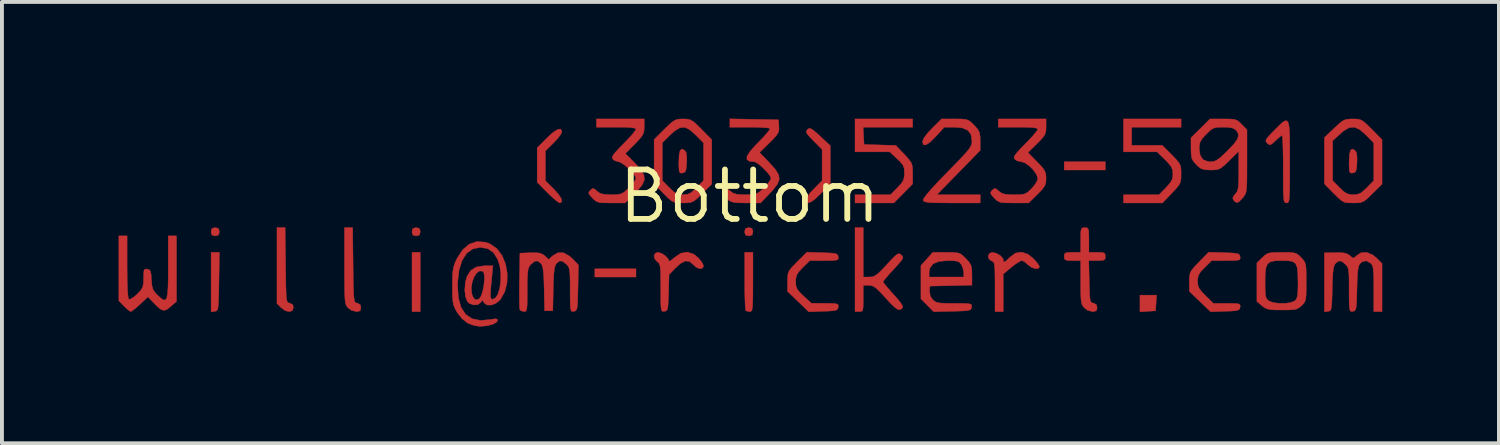
<source format=kicad_pcb>
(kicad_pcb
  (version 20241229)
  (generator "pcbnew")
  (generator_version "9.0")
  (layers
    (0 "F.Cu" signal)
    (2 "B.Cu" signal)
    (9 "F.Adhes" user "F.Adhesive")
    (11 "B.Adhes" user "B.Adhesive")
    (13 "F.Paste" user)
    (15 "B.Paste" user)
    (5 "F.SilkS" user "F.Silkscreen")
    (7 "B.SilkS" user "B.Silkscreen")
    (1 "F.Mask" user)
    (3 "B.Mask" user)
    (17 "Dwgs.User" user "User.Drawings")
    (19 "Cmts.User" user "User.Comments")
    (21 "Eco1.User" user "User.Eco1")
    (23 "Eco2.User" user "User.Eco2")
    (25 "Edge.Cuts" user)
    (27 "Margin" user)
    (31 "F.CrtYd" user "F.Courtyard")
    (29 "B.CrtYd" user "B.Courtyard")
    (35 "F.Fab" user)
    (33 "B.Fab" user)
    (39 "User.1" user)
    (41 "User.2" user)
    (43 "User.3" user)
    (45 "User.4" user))
  (footprint "Bottom"
    (layer "F.Cu")
    (at 16.219 1.997)
    (property "Reference" "Bottom" (at 0 0 0) (layer "F.SilkS") (effects (font (size 1.27 1.27) (thickness 0.15))))
    (attr through_hole)
    (fp_poly (pts (xy -8.467 2.963) (xy -8.678 2.963) (xy -8.678 1.439) (xy -8.467 1.439) (xy -8.467 2.963)) (stroke (width 0.01) (type solid)) (fill yes) (layer "F.Cu"))
    (fp_poly (pts (xy -2.921 2.074) (xy -3.979 2.074) (xy -3.979 1.863) (xy -2.921 1.863) (xy -2.921 2.074)) (stroke (width 0.01) (type solid)) (fill yes) (layer "F.Cu"))
    (fp_poly (pts (xy 9.144 -0.677) (xy 8.086 -0.677) (xy 8.086 -0.889) (xy 9.144 -0.889) (xy 9.144 -0.677)) (stroke (width 0.01) (type solid)) (fill yes) (layer "F.Cu"))
    (fp_poly (pts (xy 10.448 2.741) (xy 10.435 2.942) (xy 10.234 2.955) (xy 10.033 2.968) (xy 10.033 2.54) (xy 10.461 2.54) (xy 10.448 2.741)) (stroke (width 0.01) (type solid)) (fill yes) (layer "F.Cu"))
    (fp_poly (pts (xy -13.657 0.822) (xy -13.632 0.891) (xy -13.631 0.91) (xy -13.649 0.991) (xy -13.718 1.016) (xy -13.737 1.016) (xy -13.818 0.999) (xy -13.843 0.93) (xy -13.843 0.91) (xy -13.826 0.83) (xy -13.757 0.805) (xy -13.737 0.804) (xy -13.657 0.822)) (stroke (width 0.01) (type solid)) (fill yes) (layer "F.Cu"))
    (fp_poly (pts (xy -13.641 2.191) (xy -13.645 2.459) (xy -13.65 2.655) (xy -13.657 2.79) (xy -13.668 2.875) (xy -13.684 2.923) (xy -13.708 2.946) (xy -13.74 2.954) (xy -13.748 2.956) (xy -13.843 2.969) (xy -13.843 1.439) (xy -13.629 1.439) (xy -13.641 2.191)) (stroke (width 0.01) (type solid)) (fill yes) (layer "F.Cu"))
    (fp_poly (pts (xy -8.492 0.822) (xy -8.467 0.891) (xy -8.467 0.91) (xy -8.484 0.991) (xy -8.553 1.016) (xy -8.572 1.016) (xy -8.653 0.999) (xy -8.678 0.93) (xy -8.678 0.91) (xy -8.661 0.83) (xy -8.592 0.805) (xy -8.572 0.804) (xy -8.492 0.822)) (stroke (width 0.01) (type solid)) (fill yes) (layer "F.Cu"))
    (fp_poly (pts (xy 0.059 0.822) (xy 0.084 0.891) (xy 0.085 0.91) (xy 0.067 0.991) (xy -0.002 1.016) (xy -0.021 1.016) (xy -0.102 0.999) (xy -0.127 0.93) (xy -0.127 0.91) (xy -0.11 0.83) (xy -0.041 0.805) (xy -0.021 0.804) (xy 0.059 0.822)) (stroke (width 0.01) (type solid)) (fill yes) (layer "F.Cu"))
    (fp_poly (pts (xy -1.67 -1.183) (xy -1.668 -1.182) (xy -1.631 -1.121) (xy -1.615 -1.007) (xy -1.617 -0.872) (xy -1.628 -0.728) (xy -1.646 -0.648) (xy -1.681 -0.612) (xy -1.725 -0.6) (xy -1.775 -0.598) (xy -1.803 -0.622) (xy -1.816 -0.688) (xy -1.82 -0.815) (xy -1.82 -0.884) (xy -1.812 -1.072) (xy -1.786 -1.181) (xy -1.739 -1.217) (xy -1.67 -1.183)) (stroke (width 0.01) (type solid)) (fill yes) (layer "F.Cu"))
    (fp_poly (pts (xy 0.085 2.201) (xy 0.084 2.473) (xy 0.082 2.671) (xy 0.076 2.807) (xy 0.067 2.893) (xy 0.052 2.94) (xy 0.031 2.96) (xy 0.007 2.963) (xy -0.073 2.95) (xy -0.099 2.935) (xy -0.108 2.885) (xy -0.116 2.766) (xy -0.122 2.59) (xy -0.126 2.372) (xy -0.127 2.173) (xy -0.127 1.439) (xy 0.085 1.439) (xy 0.085 2.201)) (stroke (width 0.01) (type solid)) (fill yes) (layer "F.Cu"))
    (fp_poly (pts (xy 15.56 -1.183) (xy 15.561 -1.182) (xy 15.599 -1.121) (xy 15.614 -1.007) (xy 15.612 -0.872) (xy 15.602 -0.728) (xy 15.584 -0.648) (xy 15.549 -0.612) (xy 15.505 -0.6) (xy 15.455 -0.598) (xy 15.426 -0.622) (xy 15.413 -0.688) (xy 15.409 -0.815) (xy 15.409 -0.884) (xy 15.418 -1.072) (xy 15.444 -1.181) (xy 15.491 -1.217) (xy 15.56 -1.183)) (stroke (width 0.01) (type solid)) (fill yes) (layer "F.Cu"))
    (fp_poly (pts (xy -11.928 1.767) (xy -11.924 2.077) (xy -11.92 2.311) (xy -11.915 2.482) (xy -11.908 2.6) (xy -11.896 2.674) (xy -11.881 2.716) (xy -11.859 2.735) (xy -11.83 2.743) (xy -11.822 2.744) (xy -11.745 2.782) (xy -11.726 2.86) (xy -11.756 2.939) (xy -11.833 2.965) (xy -11.935 2.939) (xy -12.044 2.861) (xy -12.046 2.859) (xy -12.15 2.756) (xy -12.15 0.804) (xy -11.94 0.804) (xy -11.928 1.767)) (stroke (width 0.01) (type solid)) (fill yes) (layer "F.Cu"))
    (fp_poly (pts (xy -4.827 -1.682) (xy -4.826 -1.66) (xy -4.855 -1.594) (xy -4.93 -1.493) (xy -5.036 -1.378) (xy -5.038 -1.376) (xy -5.249 -1.167) (xy -5.249 -0.399) (xy -5.038 -0.191) (xy -4.915 -0.055) (xy -4.843 0.056) (xy -4.826 0.134) (xy -4.867 0.169) (xy -4.88 0.169) (xy -4.933 0.141) (xy -5.026 0.065) (xy -5.145 -0.044) (xy -5.198 -0.096) (xy -5.461 -0.362) (xy -5.461 -1.246) (xy -5.219 -1.491) (xy -5.063 -1.635) (xy -4.943 -1.716) (xy -4.863 -1.732) (xy -4.827 -1.682)) (stroke (width 0.01) (type solid)) (fill yes) (layer "F.Cu"))
    (fp_poly (pts (xy 1.57 -1.743) (xy 1.636 -1.701) (xy 1.739 -1.613) (xy 1.814 -1.544) (xy 2.074 -1.303) (xy 2.074 -0.32) (xy 1.832 -0.075) (xy 1.685 0.065) (xy 1.581 0.143) (xy 1.511 0.163) (xy 1.466 0.128) (xy 1.453 0.102) (xy 1.469 0.029) (xy 1.556 -0.089) (xy 1.645 -0.185) (xy 1.863 -0.405) (xy 1.863 -1.204) (xy 1.642 -1.427) (xy 1.53 -1.544) (xy 1.471 -1.618) (xy 1.456 -1.667) (xy 1.477 -1.706) (xy 1.488 -1.718) (xy 1.526 -1.745) (xy 1.57 -1.743)) (stroke (width 0.01) (type solid)) (fill yes) (layer "F.Cu"))
    (fp_poly (pts (xy -10.193 1.767) (xy -10.189 2.077) (xy -10.185 2.311) (xy -10.18 2.482) (xy -10.172 2.6) (xy -10.161 2.674) (xy -10.145 2.716) (xy -10.123 2.735) (xy -10.095 2.743) (xy -10.086 2.744) (xy -10.01 2.782) (xy -9.991 2.86) (xy -10.006 2.936) (xy -10.069 2.962) (xy -10.11 2.963) (xy -10.237 2.929) (xy -10.322 2.865) (xy -10.351 2.831) (xy -10.374 2.791) (xy -10.39 2.734) (xy -10.401 2.649) (xy -10.408 2.524) (xy -10.412 2.349) (xy -10.414 2.113) (xy -10.414 1.803) (xy -10.414 1.786) (xy -10.414 0.804) (xy -10.204 0.804) (xy -10.193 1.767)) (stroke (width 0.01) (type solid)) (fill yes) (layer "F.Cu"))
    (fp_poly (pts (xy 4.191 -1.778) (xy 2.917 -1.778) (xy 2.929 -1.556) (xy 2.942 -1.333) (xy 3.758 -1.309) (xy 3.975 -1.081) (xy 4.085 -0.96) (xy 4.15 -0.872) (xy 4.181 -0.788) (xy 4.19 -0.68) (xy 4.191 -0.586) (xy 4.191 -0.32) (xy 3.949 -0.075) (xy 3.707 0.169) (xy 2.709 0.169) (xy 2.709 -0.042) (xy 3.623 -0.042) (xy 3.801 -0.224) (xy 3.904 -0.337) (xy 3.958 -0.427) (xy 3.977 -0.528) (xy 3.979 -0.599) (xy 3.973 -0.715) (xy 3.943 -0.801) (xy 3.874 -0.887) (xy 3.79 -0.968) (xy 3.6 -1.143) (xy 2.709 -1.143) (xy 2.709 -1.99) (xy 4.191 -1.99) (xy 4.191 -1.778)) (stroke (width 0.01) (type solid)) (fill yes) (layer "F.Cu"))
    (fp_poly (pts (xy 11.091 -1.778) (xy 9.821 -1.778) (xy 9.821 -1.312) (xy 10.607 -1.312) (xy 10.849 -1.068) (xy 10.969 -0.944) (xy 11.041 -0.856) (xy 11.077 -0.778) (xy 11.09 -0.686) (xy 11.091 -0.578) (xy 11.089 -0.454) (xy 11.073 -0.364) (xy 11.032 -0.285) (xy 10.954 -0.19) (xy 10.852 -0.082) (xy 10.613 0.169) (xy 9.61 0.169) (xy 9.61 -0.042) (xy 10.523 -0.042) (xy 10.702 -0.224) (xy 10.807 -0.341) (xy 10.861 -0.435) (xy 10.879 -0.538) (xy 10.88 -0.575) (xy 10.871 -0.677) (xy 10.836 -0.763) (xy 10.76 -0.859) (xy 10.677 -0.944) (xy 10.475 -1.143) (xy 9.61 -1.143) (xy 9.61 -1.99) (xy 11.091 -1.99) (xy 11.091 -1.778)) (stroke (width 0.01) (type solid)) (fill yes) (layer "F.Cu"))
    (fp_poly (pts (xy 7.157 1.49) (xy 7.294 1.6) (xy 7.383 1.7) (xy 7.439 1.781) (xy 7.451 1.812) (xy 7.419 1.856) (xy 7.343 1.859) (xy 7.247 1.826) (xy 7.158 1.761) (xy 7.154 1.757) (xy 7.07 1.684) (xy 6.998 1.651) (xy 6.994 1.651) (xy 6.932 1.677) (xy 6.83 1.744) (xy 6.726 1.824) (xy 6.519 1.998) (xy 6.519 2.963) (xy 6.308 2.963) (xy 6.308 2.324) (xy 6.307 2.079) (xy 6.304 1.905) (xy 6.297 1.79) (xy 6.284 1.72) (xy 6.264 1.684) (xy 6.235 1.667) (xy 6.223 1.663) (xy 6.153 1.614) (xy 6.133 1.538) (xy 6.162 1.469) (xy 6.235 1.439) (xy 6.346 1.464) (xy 6.448 1.524) (xy 6.512 1.6) (xy 6.519 1.632) (xy 6.531 1.684) (xy 6.571 1.677) (xy 6.65 1.607) (xy 6.689 1.566) (xy 6.836 1.458) (xy 6.994 1.433) (xy 7.157 1.49)) (stroke (width 0.01) (type solid)) (fill yes) (layer "F.Cu"))
    (fp_poly (pts (xy 1.868 1.448) (xy 2.054 1.455) (xy 2.171 1.465) (xy 2.236 1.482) (xy 2.267 1.511) (xy 2.278 1.556) (xy 2.281 1.601) (xy 2.262 1.629) (xy 2.206 1.644) (xy 2.096 1.65) (xy 1.92 1.651) (xy 1.548 1.651) (xy 1.367 1.829) (xy 1.262 1.94) (xy 1.207 2.029) (xy 1.187 2.126) (xy 1.185 2.193) (xy 1.192 2.301) (xy 1.222 2.385) (xy 1.29 2.47) (xy 1.386 2.563) (xy 1.587 2.748) (xy 1.94 2.75) (xy 2.112 2.752) (xy 2.215 2.759) (xy 2.266 2.776) (xy 2.281 2.807) (xy 2.278 2.847) (xy 2.266 2.893) (xy 2.234 2.922) (xy 2.165 2.939) (xy 2.042 2.949) (xy 1.892 2.954) (xy 1.52 2.967) (xy 0.974 2.442) (xy 0.974 2.188) (xy 0.976 2.062) (xy 0.99 1.972) (xy 1.028 1.895) (xy 1.103 1.807) (xy 1.223 1.685) (xy 1.471 1.436) (xy 1.868 1.448)) (stroke (width 0.01) (type solid)) (fill yes) (layer "F.Cu"))
    (fp_poly (pts (xy 12.196 1.448) (xy 12.382 1.455) (xy 12.499 1.465) (xy 12.565 1.482) (xy 12.596 1.511) (xy 12.608 1.555) (xy 12.608 1.556) (xy 12.61 1.601) (xy 12.591 1.629) (xy 12.535 1.644) (xy 12.426 1.65) (xy 12.249 1.651) (xy 11.878 1.651) (xy 11.696 1.829) (xy 11.59 1.942) (xy 11.535 2.033) (xy 11.516 2.131) (xy 11.515 2.18) (xy 11.523 2.284) (xy 11.557 2.369) (xy 11.631 2.464) (xy 11.717 2.552) (xy 11.92 2.752) (xy 12.27 2.752) (xy 12.442 2.753) (xy 12.545 2.759) (xy 12.596 2.776) (xy 12.611 2.807) (xy 12.608 2.847) (xy 12.596 2.893) (xy 12.563 2.922) (xy 12.495 2.939) (xy 12.372 2.949) (xy 12.222 2.954) (xy 11.849 2.967) (xy 11.303 2.442) (xy 11.303 2.193) (xy 11.305 2.069) (xy 11.32 1.98) (xy 11.359 1.902) (xy 11.435 1.81) (xy 11.55 1.69) (xy 11.797 1.436) (xy 12.196 1.448)) (stroke (width 0.01) (type solid)) (fill yes) (layer "F.Cu"))
    (fp_poly (pts (xy 13.847 -1.89) (xy 13.868 -1.781) (xy 13.88 -1.609) (xy 13.884 -1.367) (xy 13.885 -1.049) (xy 13.885 -0.889) (xy 13.885 -0.563) (xy 13.884 -0.312) (xy 13.881 -0.126) (xy 13.875 0.005) (xy 13.867 0.09) (xy 13.854 0.139) (xy 13.836 0.162) (xy 13.813 0.169) (xy 13.801 0.169) (xy 13.772 0.166) (xy 13.751 0.149) (xy 13.736 0.108) (xy 13.726 0.031) (xy 13.72 -0.092) (xy 13.717 -0.272) (xy 13.716 -0.519) (xy 13.716 -0.699) (xy 13.715 -0.959) (xy 13.711 -1.189) (xy 13.705 -1.374) (xy 13.697 -1.503) (xy 13.689 -1.563) (xy 13.686 -1.566) (xy 13.641 -1.539) (xy 13.56 -1.471) (xy 13.517 -1.431) (xy 13.429 -1.35) (xy 13.375 -1.323) (xy 13.33 -1.343) (xy 13.304 -1.367) (xy 13.273 -1.406) (xy 13.271 -1.447) (xy 13.307 -1.506) (xy 13.389 -1.597) (xy 13.483 -1.693) (xy 13.6 -1.811) (xy 13.692 -1.896) (xy 13.762 -1.941) (xy 13.812 -1.941) (xy 13.847 -1.89)) (stroke (width 0.01) (type solid)) (fill yes) (layer "F.Cu"))
    (fp_poly (pts (xy -1.607 -1.986) (xy -1.527 -1.969) (xy -1.451 -1.925) (xy -1.356 -1.842) (xy -1.237 -1.724) (xy -0.974 -1.458) (xy -0.974 -0.315) (xy -1.218 -0.073) (xy -1.341 0.047) (xy -1.429 0.119) (xy -1.507 0.155) (xy -1.6 0.168) (xy -1.717 0.169) (xy -1.844 0.167) (xy -1.934 0.153) (xy -2.011 0.114) (xy -2.1 0.038) (xy -2.213 -0.075) (xy -2.455 -0.32) (xy -2.455 -1.379) (xy -2.244 -1.379) (xy -2.244 -0.405) (xy -2.066 -0.224) (xy -1.953 -0.118) (xy -1.862 -0.063) (xy -1.763 -0.044) (xy -1.714 -0.042) (xy -1.604 -0.052) (xy -1.514 -0.09) (xy -1.414 -0.174) (xy -1.363 -0.224) (xy -1.185 -0.405) (xy -1.185 -1.373) (xy -1.385 -1.575) (xy -1.538 -1.712) (xy -1.667 -1.775) (xy -1.791 -1.765) (xy -1.927 -1.682) (xy -2.041 -1.579) (xy -2.244 -1.379) (xy -2.455 -1.379) (xy -2.455 -1.463) (xy -2.19 -1.726) (xy -2.059 -1.853) (xy -1.966 -1.931) (xy -1.889 -1.972) (xy -1.807 -1.987) (xy -1.712 -1.99) (xy -1.607 -1.986)) (stroke (width 0.01) (type solid)) (fill yes) (layer "F.Cu"))
    (fp_poly (pts (xy -1.436 1.486) (xy -1.321 1.579) (xy -1.239 1.678) (xy -1.191 1.765) (xy -1.185 1.791) (xy -1.214 1.85) (xy -1.286 1.86) (xy -1.374 1.824) (xy -1.447 1.757) (xy -1.545 1.672) (xy -1.652 1.661) (xy -1.778 1.726) (xy -1.895 1.831) (xy -2.071 2.011) (xy -2.083 2.477) (xy -2.09 2.68) (xy -2.098 2.815) (xy -2.111 2.894) (xy -2.134 2.935) (xy -2.168 2.952) (xy -2.191 2.956) (xy -2.228 2.959) (xy -2.254 2.947) (xy -2.27 2.909) (xy -2.28 2.83) (xy -2.285 2.7) (xy -2.286 2.505) (xy -2.286 2.353) (xy -2.287 2.111) (xy -2.29 1.94) (xy -2.299 1.826) (xy -2.313 1.755) (xy -2.335 1.712) (xy -2.368 1.685) (xy -2.371 1.684) (xy -2.44 1.609) (xy -2.457 1.525) (xy -2.422 1.46) (xy -2.357 1.439) (xy -2.26 1.467) (xy -2.161 1.533) (xy -2.09 1.613) (xy -2.074 1.661) (xy -2.048 1.664) (xy -1.981 1.617) (xy -1.935 1.575) (xy -1.771 1.462) (xy -1.602 1.433) (xy -1.436 1.486)) (stroke (width 0.01) (type solid)) (fill yes) (layer "F.Cu"))
    (fp_poly (pts (xy 15.614 -1.987) (xy 15.696 -1.971) (xy 15.772 -1.93) (xy 15.863 -1.853) (xy 15.99 -1.727) (xy 15.993 -1.724) (xy 16.256 -1.458) (xy 16.256 -0.315) (xy 16.011 -0.073) (xy 15.888 0.047) (xy 15.8 0.119) (xy 15.722 0.155) (xy 15.629 0.168) (xy 15.513 0.169) (xy 15.385 0.167) (xy 15.295 0.153) (xy 15.219 0.114) (xy 15.13 0.038) (xy 15.016 -0.075) (xy 14.774 -0.32) (xy 14.774 -1.429) (xy 14.986 -1.429) (xy 14.986 -0.405) (xy 15.164 -0.224) (xy 15.277 -0.118) (xy 15.368 -0.063) (xy 15.466 -0.044) (xy 15.515 -0.042) (xy 15.625 -0.052) (xy 15.716 -0.09) (xy 15.816 -0.174) (xy 15.866 -0.224) (xy 16.044 -0.405) (xy 16.044 -1.373) (xy 15.845 -1.575) (xy 15.686 -1.715) (xy 15.548 -1.778) (xy 15.413 -1.767) (xy 15.267 -1.681) (xy 15.176 -1.603) (xy 14.986 -1.429) (xy 14.774 -1.429) (xy 14.774 -1.511) (xy 15.025 -1.75) (xy 15.153 -1.869) (xy 15.244 -1.94) (xy 15.324 -1.976) (xy 15.417 -1.988) (xy 15.503 -1.99) (xy 15.614 -1.987)) (stroke (width 0.01) (type solid)) (fill yes) (layer "F.Cu"))
    (fp_poly (pts (xy 5.444 -1.988) (xy 5.554 -1.978) (xy 5.631 -1.952) (xy 5.699 -1.9) (xy 5.77 -1.829) (xy 5.861 -1.728) (xy 5.907 -1.641) (xy 5.925 -1.531) (xy 5.927 -1.425) (xy 5.927 -1.182) (xy 5.37 -0.612) (xy 4.814 -0.042) (xy 5.927 -0.042) (xy 5.927 0.169) (xy 5.206 0.169) (xy 4.937 0.168) (xy 4.742 0.165) (xy 4.608 0.157) (xy 4.524 0.145) (xy 4.478 0.127) (xy 4.46 0.104) (xy 4.477 0.053) (xy 4.55 -0.047) (xy 4.681 -0.199) (xy 4.871 -0.403) (xy 5.075 -0.613) (xy 5.286 -0.829) (xy 5.445 -0.994) (xy 5.559 -1.119) (xy 5.636 -1.212) (xy 5.682 -1.283) (xy 5.706 -1.342) (xy 5.714 -1.397) (xy 5.715 -1.429) (xy 5.689 -1.591) (xy 5.608 -1.699) (xy 5.464 -1.76) (xy 5.261 -1.778) (xy 5.004 -1.778) (xy 4.791 -1.545) (xy 4.644 -1.399) (xy 4.537 -1.326) (xy 4.47 -1.325) (xy 4.445 -1.397) (xy 4.445 -1.409) (xy 4.479 -1.498) (xy 4.576 -1.627) (xy 4.69 -1.748) (xy 4.934 -1.99) (xy 5.274 -1.99) (xy 5.444 -1.988)) (stroke (width 0.01) (type solid)) (fill yes) (layer "F.Cu"))
    (fp_poly (pts (xy 2.921 2.074) (xy 3.076 2.074) (xy 3.153 2.068) (xy 3.223 2.042) (xy 3.301 1.985) (xy 3.405 1.884) (xy 3.526 1.755) (xy 3.659 1.612) (xy 3.749 1.524) (xy 3.808 1.481) (xy 3.85 1.475) (xy 3.888 1.497) (xy 3.899 1.507) (xy 3.932 1.543) (xy 3.939 1.581) (xy 3.911 1.636) (xy 3.842 1.721) (xy 3.723 1.852) (xy 3.703 1.873) (xy 3.585 2.004) (xy 3.492 2.111) (xy 3.438 2.181) (xy 3.429 2.198) (xy 3.456 2.239) (xy 3.528 2.327) (xy 3.632 2.448) (xy 3.702 2.525) (xy 3.834 2.675) (xy 3.91 2.778) (xy 3.937 2.842) (xy 3.926 2.872) (xy 3.875 2.909) (xy 3.818 2.909) (xy 3.744 2.864) (xy 3.642 2.769) (xy 3.498 2.615) (xy 3.488 2.603) (xy 3.352 2.455) (xy 3.253 2.361) (xy 3.177 2.31) (xy 3.107 2.289) (xy 3.062 2.286) (xy 2.921 2.286) (xy 2.921 2.625) (xy 2.92 2.793) (xy 2.913 2.893) (xy 2.895 2.944) (xy 2.86 2.961) (xy 2.815 2.963) (xy 2.709 2.963) (xy 2.709 0.804) (xy 2.921 0.804) (xy 2.921 2.074)) (stroke (width 0.01) (type solid)) (fill yes) (layer "F.Cu"))
    (fp_poly (pts (xy -16.002 1.818) (xy -15.999 2.149) (xy -15.992 2.397) (xy -15.979 2.561) (xy -15.962 2.641) (xy -15.956 2.648) (xy -15.903 2.637) (xy -15.815 2.578) (xy -15.744 2.515) (xy -15.65 2.416) (xy -15.601 2.334) (xy -15.582 2.232) (xy -15.579 2.105) (xy -15.576 1.967) (xy -15.564 1.894) (xy -15.534 1.868) (xy -15.483 1.87) (xy -15.43 1.887) (xy -15.399 1.931) (xy -15.383 2.022) (xy -15.376 2.142) (xy -15.363 2.295) (xy -15.335 2.396) (xy -15.277 2.48) (xy -15.22 2.539) (xy -15.133 2.619) (xy -15.066 2.662) (xy -15.017 2.662) (xy -14.983 2.612) (xy -14.962 2.505) (xy -14.95 2.333) (xy -14.945 2.09) (xy -14.944 1.822) (xy -14.944 1.016) (xy -14.732 1.016) (xy -14.732 2.701) (xy -14.882 2.832) (xy -14.978 2.907) (xy -15.056 2.933) (xy -15.136 2.905) (xy -15.239 2.819) (xy -15.321 2.735) (xy -15.466 2.584) (xy -15.669 2.774) (xy -15.778 2.871) (xy -15.864 2.939) (xy -15.907 2.963) (xy -15.956 2.935) (xy -16.037 2.865) (xy -16.078 2.824) (xy -16.214 2.684) (xy -16.214 1.016) (xy -16.002 1.016) (xy -16.002 1.818)) (stroke (width 0.01) (type solid)) (fill yes) (layer "F.Cu"))
    (fp_poly (pts (xy 8.669 0.808) (xy 8.7 0.832) (xy 8.715 0.893) (xy 8.72 1.01) (xy 8.721 1.122) (xy 8.721 1.439) (xy 8.932 1.439) (xy 9.058 1.443) (xy 9.121 1.46) (xy 9.142 1.503) (xy 9.144 1.545) (xy 9.137 1.608) (xy 9.102 1.639) (xy 9.018 1.65) (xy 8.931 1.651) (xy 8.718 1.651) (xy 8.73 2.191) (xy 8.736 2.413) (xy 8.742 2.564) (xy 8.753 2.659) (xy 8.771 2.711) (xy 8.798 2.735) (xy 8.837 2.744) (xy 8.913 2.782) (xy 8.932 2.86) (xy 8.917 2.936) (xy 8.854 2.962) (xy 8.813 2.963) (xy 8.686 2.929) (xy 8.601 2.865) (xy 8.563 2.819) (xy 8.538 2.764) (xy 8.522 2.684) (xy 8.513 2.563) (xy 8.509 2.385) (xy 8.509 2.209) (xy 8.509 1.651) (xy 8.297 1.651) (xy 8.172 1.648) (xy 8.109 1.63) (xy 8.088 1.588) (xy 8.086 1.545) (xy 8.093 1.482) (xy 8.128 1.451) (xy 8.212 1.44) (xy 8.297 1.439) (xy 8.509 1.439) (xy 8.509 1.122) (xy 8.51 0.96) (xy 8.518 0.866) (xy 8.539 0.82) (xy 8.578 0.805) (xy 8.615 0.804) (xy 8.669 0.808)) (stroke (width 0.01) (type solid)) (fill yes) (layer "F.Cu"))
    (fp_poly (pts (xy 5.227 1.441) (xy 5.339 1.45) (xy 5.416 1.476) (xy 5.483 1.525) (xy 5.558 1.6) (xy 5.646 1.696) (xy 5.693 1.779) (xy 5.712 1.881) (xy 5.715 2.022) (xy 5.715 2.283) (xy 4.636 2.307) (xy 4.622 2.428) (xy 4.646 2.569) (xy 4.703 2.65) (xy 4.751 2.695) (xy 4.805 2.724) (xy 4.885 2.741) (xy 5.007 2.749) (xy 5.19 2.752) (xy 5.26 2.752) (xy 5.462 2.752) (xy 5.593 2.756) (xy 5.669 2.767) (xy 5.703 2.786) (xy 5.71 2.819) (xy 5.707 2.847) (xy 5.697 2.888) (xy 5.671 2.916) (xy 5.614 2.933) (xy 5.511 2.944) (xy 5.347 2.951) (xy 5.214 2.954) (xy 4.734 2.966) (xy 4.403 2.635) (xy 4.403 1.955) (xy 4.614 1.955) (xy 4.614 2.074) (xy 5.503 2.074) (xy 5.503 1.957) (xy 5.479 1.831) (xy 5.437 1.745) (xy 5.39 1.693) (xy 5.322 1.665) (xy 5.21 1.653) (xy 5.091 1.651) (xy 4.868 1.672) (xy 4.716 1.735) (xy 4.633 1.843) (xy 4.614 1.955) (xy 4.403 1.955) (xy 4.403 1.778) (xy 4.556 1.609) (xy 4.709 1.439) (xy 5.055 1.439) (xy 5.227 1.441)) (stroke (width 0.01) (type solid)) (fill yes) (layer "F.Cu"))
    (fp_poly (pts (xy 0.116 -1.98) (xy 0.741 -1.968) (xy 0.753 -1.799) (xy 0.755 -1.711) (xy 0.736 -1.639) (xy 0.686 -1.562) (xy 0.593 -1.46) (xy 0.511 -1.378) (xy 0.256 -1.127) (xy 0.509 -0.863) (xy 0.66 -0.695) (xy 0.745 -0.559) (xy 0.763 -0.439) (xy 0.716 -0.315) (xy 0.604 -0.169) (xy 0.523 -0.082) (xy 0.283 0.169) (xy -0.09 0.169) (xy -0.273 0.168) (xy -0.393 0.158) (xy -0.476 0.136) (xy -0.543 0.096) (xy -0.603 0.045) (xy -0.686 -0.035) (xy -0.713 -0.085) (xy -0.691 -0.129) (xy -0.668 -0.154) (xy -0.612 -0.2) (xy -0.565 -0.194) (xy -0.496 -0.135) (xy -0.425 -0.083) (xy -0.337 -0.055) (xy -0.204 -0.044) (xy -0.105 -0.042) (xy 0.052 -0.045) (xy 0.155 -0.06) (xy 0.234 -0.099) (xy 0.322 -0.175) (xy 0.369 -0.22) (xy 0.466 -0.327) (xy 0.532 -0.419) (xy 0.55 -0.466) (xy 0.52 -0.535) (xy 0.442 -0.632) (xy 0.34 -0.737) (xy 0.234 -0.827) (xy 0.147 -0.882) (xy 0.118 -0.889) (xy -0.01 -0.903) (xy -0.071 -0.949) (xy -0.066 -1.03) (xy 0.007 -1.149) (xy 0.149 -1.312) (xy 0.231 -1.395) (xy 0.359 -1.527) (xy 0.457 -1.638) (xy 0.515 -1.716) (xy 0.525 -1.743) (xy 0.476 -1.757) (xy 0.361 -1.768) (xy 0.195 -1.775) (xy -0.002 -1.778) (xy -0.508 -1.778) (xy -0.508 -1.992) (xy 0.116 -1.98)) (stroke (width 0.01) (type solid)) (fill yes) (layer "F.Cu"))
    (fp_poly (pts (xy -2.709 -1.79) (xy -2.714 -1.685) (xy -2.736 -1.604) (xy -2.787 -1.522) (xy -2.881 -1.417) (xy -2.951 -1.345) (xy -3.194 -1.101) (xy -2.951 -0.856) (xy -2.799 -0.687) (xy -2.717 -0.548) (xy -2.705 -0.422) (xy -2.763 -0.29) (xy -2.892 -0.136) (xy -2.954 -0.073) (xy -3.199 0.169) (xy -3.56 0.169) (xy -3.737 0.168) (xy -3.853 0.159) (xy -3.93 0.136) (xy -3.99 0.094) (xy -4.043 0.042) (xy -4.118 -0.042) (xy -4.138 -0.093) (xy -4.111 -0.14) (xy -4.095 -0.157) (xy -4.04 -0.201) (xy -3.991 -0.192) (xy -3.925 -0.135) (xy -3.85 -0.081) (xy -3.754 -0.053) (xy -3.61 -0.043) (xy -3.555 -0.042) (xy -3.404 -0.046) (xy -3.304 -0.064) (xy -3.221 -0.111) (xy -3.123 -0.2) (xy -3.103 -0.22) (xy -3.005 -0.327) (xy -2.939 -0.419) (xy -2.921 -0.466) (xy -2.953 -0.539) (xy -3.033 -0.639) (xy -3.14 -0.743) (xy -3.251 -0.831) (xy -3.344 -0.883) (xy -3.373 -0.889) (xy -3.471 -0.919) (xy -3.516 -0.955) (xy -3.532 -0.992) (xy -3.519 -1.041) (xy -3.467 -1.114) (xy -3.368 -1.223) (xy -3.246 -1.347) (xy -3.113 -1.485) (xy -3.007 -1.604) (xy -2.939 -1.69) (xy -2.921 -1.726) (xy -2.946 -1.75) (xy -3.028 -1.766) (xy -3.176 -1.775) (xy -3.398 -1.778) (xy -3.429 -1.778) (xy -3.937 -1.778) (xy -3.937 -1.99) (xy -2.709 -1.99) (xy -2.709 -1.79)) (stroke (width 0.01) (type solid)) (fill yes) (layer "F.Cu"))
    (fp_poly (pts (xy 13.862 1.441) (xy 13.978 1.449) (xy 14.055 1.471) (xy 14.115 1.512) (xy 14.179 1.577) (xy 14.235 1.638) (xy 14.271 1.695) (xy 14.293 1.765) (xy 14.304 1.867) (xy 14.308 2.019) (xy 14.308 2.204) (xy 14.308 2.415) (xy 14.303 2.558) (xy 14.291 2.653) (xy 14.268 2.716) (xy 14.231 2.766) (xy 14.19 2.807) (xy 14.127 2.861) (xy 14.063 2.895) (xy 13.976 2.913) (xy 13.844 2.92) (xy 13.685 2.921) (xy 13.498 2.919) (xy 13.372 2.91) (xy 13.286 2.888) (xy 13.218 2.85) (xy 13.169 2.811) (xy 13.039 2.702) (xy 13.039 2.205) (xy 13.25 2.205) (xy 13.252 2.398) (xy 13.259 2.525) (xy 13.275 2.603) (xy 13.304 2.652) (xy 13.344 2.686) (xy 13.456 2.73) (xy 13.611 2.751) (xy 13.778 2.75) (xy 13.925 2.726) (xy 14.02 2.682) (xy 14.057 2.635) (xy 14.08 2.564) (xy 14.092 2.452) (xy 14.096 2.279) (xy 14.096 2.205) (xy 14.091 1.98) (xy 14.074 1.825) (xy 14.034 1.729) (xy 13.961 1.676) (xy 13.847 1.655) (xy 13.694 1.651) (xy 13.513 1.656) (xy 13.39 1.681) (xy 13.312 1.738) (xy 13.27 1.842) (xy 13.253 2.005) (xy 13.25 2.205) (xy 13.039 2.205) (xy 13.039 1.71) (xy 13.178 1.575) (xy 13.25 1.509) (xy 13.315 1.469) (xy 13.398 1.448) (xy 13.52 1.441) (xy 13.684 1.439) (xy 13.862 1.441)) (stroke (width 0.01) (type solid)) (fill yes) (layer "F.Cu"))
    (fp_poly (pts (xy 16.019 1.507) (xy 16.112 1.583) (xy 16.256 1.727) (xy 16.256 2.963) (xy 16.044 2.963) (xy 16.044 2.377) (xy 16.043 2.139) (xy 16.038 1.971) (xy 16.028 1.858) (xy 16.011 1.786) (xy 15.985 1.74) (xy 15.967 1.721) (xy 15.855 1.657) (xy 15.75 1.678) (xy 15.692 1.727) (xy 15.663 1.776) (xy 15.641 1.858) (xy 15.627 1.985) (xy 15.617 2.173) (xy 15.612 2.373) (xy 15.606 2.602) (xy 15.6 2.76) (xy 15.59 2.86) (xy 15.573 2.917) (xy 15.549 2.944) (xy 15.512 2.955) (xy 15.505 2.956) (xy 15.466 2.959) (xy 15.44 2.946) (xy 15.423 2.905) (xy 15.414 2.822) (xy 15.41 2.685) (xy 15.409 2.48) (xy 15.409 2.402) (xy 15.409 2.172) (xy 15.405 2.011) (xy 15.395 1.903) (xy 15.378 1.832) (xy 15.35 1.784) (xy 15.311 1.743) (xy 15.214 1.668) (xy 15.139 1.661) (xy 15.062 1.722) (xy 15.057 1.727) (xy 15.028 1.776) (xy 15.006 1.858) (xy 14.992 1.985) (xy 14.982 2.173) (xy 14.977 2.373) (xy 14.971 2.602) (xy 14.965 2.76) (xy 14.955 2.86) (xy 14.938 2.917) (xy 14.914 2.944) (xy 14.877 2.955) (xy 14.87 2.956) (xy 14.774 2.969) (xy 14.774 1.452) (xy 15.059 1.447) (xy 15.226 1.449) (xy 15.335 1.467) (xy 15.41 1.506) (xy 15.433 1.526) (xy 15.499 1.582) (xy 15.543 1.58) (xy 15.599 1.525) (xy 15.72 1.447) (xy 15.866 1.442) (xy 16.019 1.507)) (stroke (width 0.01) (type solid)) (fill yes) (layer "F.Cu"))
    (fp_poly (pts (xy 7.62 -1.787) (xy 7.616 -1.679) (xy 7.593 -1.597) (xy 7.541 -1.516) (xy 7.444 -1.411) (xy 7.387 -1.355) (xy 7.154 -1.125) (xy 7.387 -0.889) (xy 7.506 -0.764) (xy 7.576 -0.674) (xy 7.609 -0.593) (xy 7.62 -0.5) (xy 7.62 -0.463) (xy 7.614 -0.358) (xy 7.589 -0.275) (xy 7.53 -0.19) (xy 7.424 -0.078) (xy 7.396 -0.051) (xy 7.173 0.169) (xy 6.791 0.169) (xy 6.608 0.168) (xy 6.487 0.16) (xy 6.408 0.14) (xy 6.349 0.103) (xy 6.286 0.042) (xy 6.286 0.042) (xy 6.211 -0.042) (xy 6.191 -0.093) (xy 6.218 -0.14) (xy 6.235 -0.157) (xy 6.289 -0.201) (xy 6.338 -0.192) (xy 6.405 -0.135) (xy 6.474 -0.084) (xy 6.562 -0.055) (xy 6.693 -0.044) (xy 6.799 -0.042) (xy 6.957 -0.045) (xy 7.06 -0.059) (xy 7.136 -0.096) (xy 7.214 -0.165) (xy 7.252 -0.203) (xy 7.341 -0.312) (xy 7.398 -0.413) (xy 7.408 -0.457) (xy 7.375 -0.562) (xy 7.291 -0.682) (xy 7.179 -0.792) (xy 7.063 -0.868) (xy 6.985 -0.889) (xy 6.878 -0.912) (xy 6.814 -0.955) (xy 6.797 -0.992) (xy 6.81 -1.041) (xy 6.863 -1.114) (xy 6.961 -1.223) (xy 7.084 -1.347) (xy 7.216 -1.485) (xy 7.322 -1.604) (xy 7.39 -1.69) (xy 7.408 -1.726) (xy 7.383 -1.75) (xy 7.301 -1.766) (xy 7.153 -1.775) (xy 6.931 -1.778) (xy 6.9 -1.778) (xy 6.392 -1.778) (xy 6.392 -1.99) (xy 7.62 -1.99) (xy 7.62 -1.787)) (stroke (width 0.01) (type solid)) (fill yes) (layer "F.Cu"))
    (fp_poly (pts (xy -4.784 1.45) (xy -4.63 1.536) (xy -4.558 1.601) (xy -4.4 1.763) (xy -4.412 2.353) (xy -4.417 2.586) (xy -4.423 2.749) (xy -4.433 2.853) (xy -4.449 2.913) (xy -4.472 2.942) (xy -4.506 2.954) (xy -4.519 2.956) (xy -4.557 2.959) (xy -4.584 2.946) (xy -4.6 2.905) (xy -4.61 2.822) (xy -4.613 2.685) (xy -4.614 2.48) (xy -4.614 2.402) (xy -4.615 2.172) (xy -4.619 2.011) (xy -4.629 1.903) (xy -4.646 1.832) (xy -4.673 1.784) (xy -4.712 1.743) (xy -4.81 1.668) (xy -4.885 1.661) (xy -4.962 1.722) (xy -4.966 1.727) (xy -4.996 1.776) (xy -5.017 1.858) (xy -5.032 1.985) (xy -5.042 2.173) (xy -5.047 2.373) (xy -5.059 2.942) (xy -5.271 2.942) (xy -5.282 2.373) (xy -5.289 2.128) (xy -5.3 1.954) (xy -5.316 1.838) (xy -5.339 1.764) (xy -5.363 1.727) (xy -5.447 1.661) (xy -5.528 1.669) (xy -5.623 1.749) (xy -5.661 1.795) (xy -5.686 1.851) (xy -5.702 1.931) (xy -5.711 2.051) (xy -5.715 2.229) (xy -5.715 2.405) (xy -5.716 2.632) (xy -5.719 2.787) (xy -5.727 2.884) (xy -5.742 2.937) (xy -5.766 2.959) (xy -5.801 2.963) (xy -5.881 2.94) (xy -5.908 2.909) (xy -5.914 2.85) (xy -5.918 2.722) (xy -5.92 2.54) (xy -5.919 2.32) (xy -5.917 2.157) (xy -5.905 1.46) (xy -5.632 1.45) (xy -5.473 1.449) (xy -5.37 1.465) (xy -5.296 1.503) (xy -5.262 1.532) (xy -5.165 1.623) (xy -5.067 1.531) (xy -4.929 1.449) (xy -4.784 1.45)) (stroke (width 0.01) (type solid)) (fill yes) (layer "F.Cu"))
    (fp_poly (pts (xy 12.345 -1.988) (xy 12.456 -1.978) (xy 12.532 -1.952) (xy 12.596 -1.903) (xy 12.649 -1.85) (xy 12.785 -1.71) (xy 12.785 -0.901) (xy 12.784 -0.62) (xy 12.783 -0.411) (xy 12.778 -0.261) (xy 12.768 -0.157) (xy 12.753 -0.085) (xy 12.73 -0.034) (xy 12.698 0.011) (xy 12.675 0.039) (xy 12.587 0.133) (xy 12.527 0.164) (xy 12.473 0.135) (xy 12.445 0.105) (xy 12.417 0.047) (xy 12.446 -0.016) (xy 12.482 -0.057) (xy 12.521 -0.106) (xy 12.547 -0.165) (xy 12.563 -0.252) (xy 12.57 -0.383) (xy 12.573 -0.576) (xy 12.573 -0.658) (xy 12.573 -1.162) (xy 12.328 -0.919) (xy 12.204 -0.799) (xy 12.115 -0.728) (xy 12.037 -0.691) (xy 11.946 -0.679) (xy 11.85 -0.677) (xy 11.706 -0.683) (xy 11.61 -0.71) (xy 11.526 -0.772) (xy 11.481 -0.817) (xy 11.406 -0.902) (xy 11.365 -0.981) (xy 11.349 -1.086) (xy 11.345 -1.229) (xy 11.557 -1.229) (xy 11.582 -1.053) (xy 11.657 -0.942) (xy 11.788 -0.893) (xy 11.848 -0.889) (xy 11.929 -0.897) (xy 12.006 -0.929) (xy 12.098 -0.996) (xy 12.221 -1.109) (xy 12.286 -1.174) (xy 12.44 -1.335) (xy 12.531 -1.458) (xy 12.566 -1.555) (xy 12.548 -1.638) (xy 12.503 -1.701) (xy 12.436 -1.748) (xy 12.328 -1.772) (xy 12.173 -1.778) (xy 12.025 -1.774) (xy 11.928 -1.754) (xy 11.845 -1.702) (xy 11.744 -1.605) (xy 11.735 -1.596) (xy 11.632 -1.482) (xy 11.578 -1.391) (xy 11.559 -1.29) (xy 11.557 -1.229) (xy 11.345 -1.229) (xy 11.345 -1.231) (xy 11.345 -1.505) (xy 11.59 -1.748) (xy 11.835 -1.99) (xy 12.174 -1.99) (xy 12.345 -1.988)) (stroke (width 0.01) (type solid)) (fill yes) (layer "F.Cu"))
    (fp_poly (pts (xy -6.799 1.177) (xy -6.676 1.219) (xy -6.5 1.341) (xy -6.365 1.52) (xy -6.274 1.739) (xy -6.23 1.981) (xy -6.236 2.226) (xy -6.296 2.458) (xy -6.412 2.658) (xy -6.418 2.665) (xy -6.524 2.752) (xy -6.644 2.795) (xy -6.753 2.791) (xy -6.827 2.737) (xy -6.835 2.72) (xy -6.861 2.668) (xy -6.889 2.692) (xy -6.905 2.72) (xy -6.982 2.782) (xy -7.092 2.792) (xy -7.2 2.754) (xy -7.258 2.7) (xy -7.304 2.578) (xy -7.322 2.41) (xy -7.318 2.354) (xy -7.154 2.354) (xy -7.143 2.496) (xy -7.111 2.585) (xy -7.056 2.656) (xy -6.991 2.653) (xy -6.95 2.63) (xy -6.902 2.563) (xy -6.862 2.443) (xy -6.832 2.294) (xy -6.817 2.144) (xy -6.82 2.016) (xy -6.844 1.938) (xy -6.854 1.929) (xy -6.938 1.916) (xy -7.017 1.97) (xy -7.084 2.073) (xy -7.132 2.207) (xy -7.154 2.354) (xy -7.318 2.354) (xy -7.309 2.227) (xy -7.267 2.063) (xy -7.264 2.055) (xy -7.167 1.904) (xy -7.026 1.816) (xy -6.828 1.785) (xy -6.802 1.784) (xy -6.597 1.785) (xy -6.63 2.11) (xy -6.651 2.331) (xy -6.661 2.482) (xy -6.661 2.576) (xy -6.648 2.625) (xy -6.623 2.644) (xy -6.604 2.646) (xy -6.527 2.607) (xy -6.466 2.503) (xy -6.422 2.351) (xy -6.399 2.169) (xy -6.398 1.975) (xy -6.422 1.788) (xy -6.473 1.626) (xy -6.473 1.625) (xy -6.582 1.449) (xy -6.722 1.348) (xy -6.905 1.313) (xy -6.925 1.312) (xy -7.116 1.351) (xy -7.272 1.463) (xy -7.39 1.646) (xy -7.469 1.894) (xy -7.505 2.204) (xy -7.507 2.284) (xy -7.487 2.603) (xy -7.418 2.853) (xy -7.3 3.034) (xy -7.133 3.146) (xy -6.916 3.19) (xy -6.65 3.165) (xy -6.636 3.162) (xy -6.53 3.146) (xy -6.484 3.162) (xy -6.477 3.192) (xy -6.516 3.245) (xy -6.616 3.292) (xy -6.757 3.327) (xy -6.916 3.342) (xy -6.943 3.342) (xy -7.08 3.32) (xy -7.225 3.269) (xy -7.248 3.258) (xy -7.388 3.149) (xy -7.513 2.99) (xy -7.523 2.974) (xy -7.576 2.878) (xy -7.61 2.792) (xy -7.629 2.692) (xy -7.639 2.557) (xy -7.641 2.364) (xy -7.641 2.307) (xy -7.639 2.095) (xy -7.631 1.942) (xy -7.612 1.827) (xy -7.579 1.723) (xy -7.527 1.608) (xy -7.52 1.595) (xy -7.377 1.373) (xy -7.206 1.229) (xy -7.012 1.162) (xy -6.799 1.177)) (stroke (width 0.01) (type solid)) (fill yes) (layer "F.Cu")))
  (gr_rect
    (start -3 -3)
    (end 35.48 8.344)
    (stroke (width 0.1) (type default))
    (fill no)
    (layer "Edge.Cuts")))
</source>
